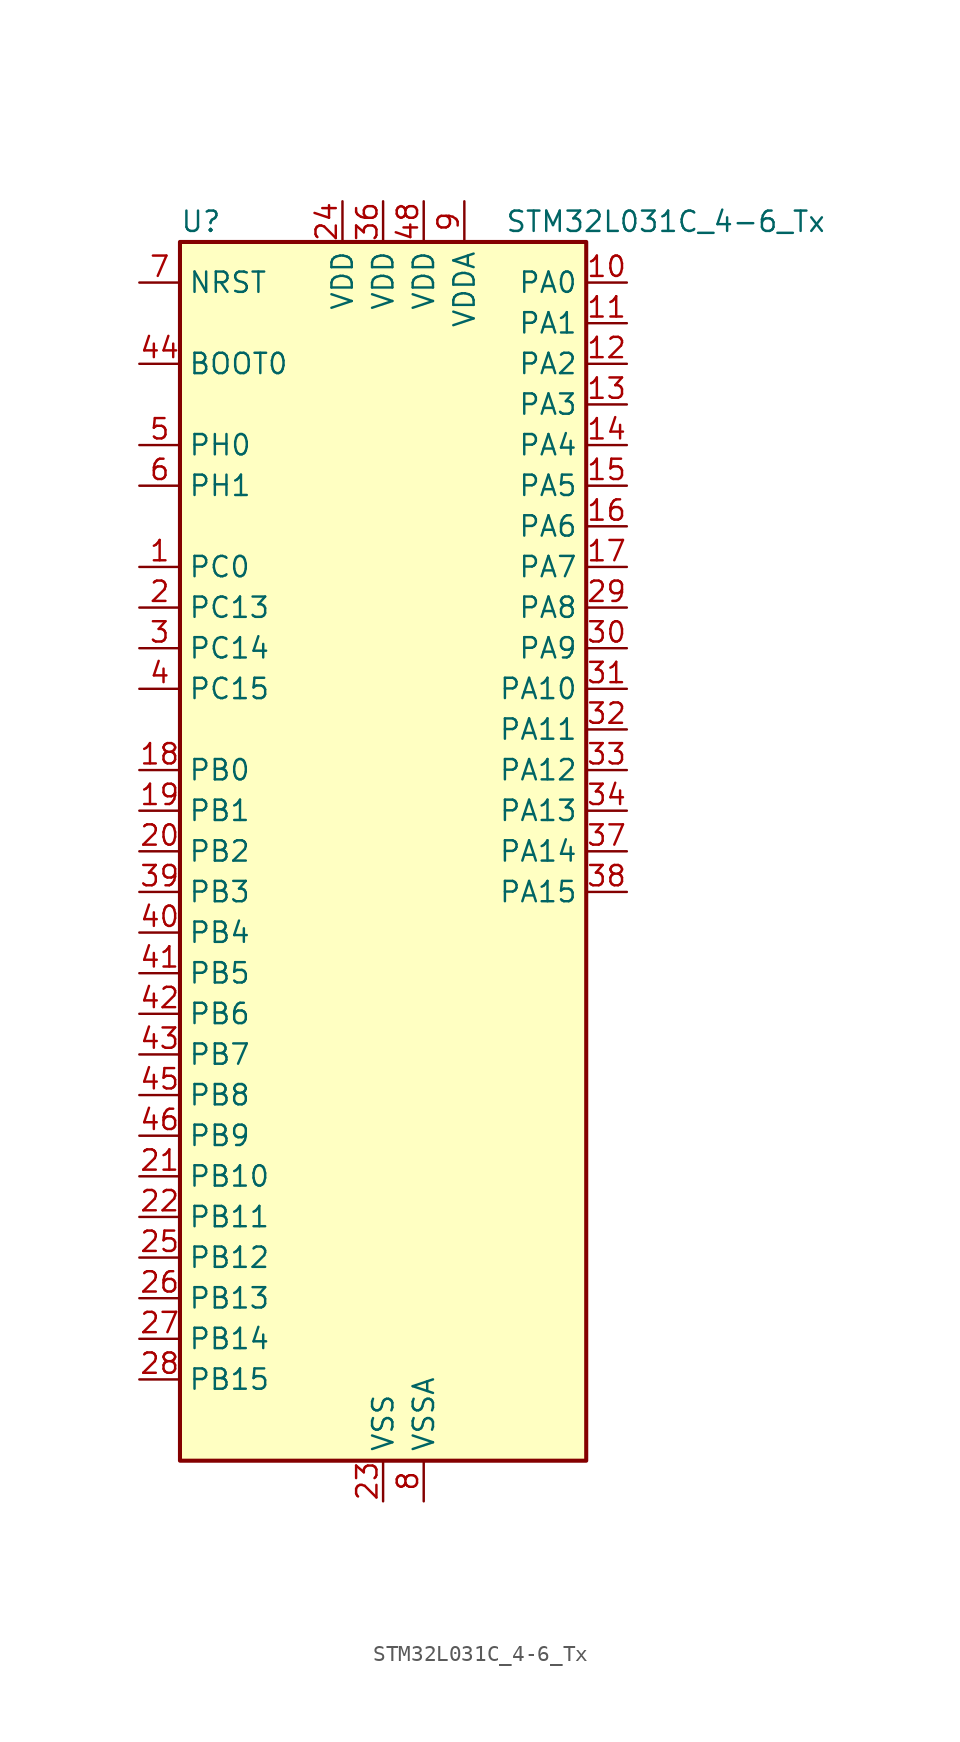
<source format=kicad_sym>
(kicad_symbol_lib
  (version 20231120)
  (generator "kicad_symbol_editor")
  (generator_version "8.0")
  (symbol "STM32L031C_4-6_Tx"
    (property "Reference" "U"
      (at -12.7 39.37 0)
      (effects (font (size 1.27 1.27)) (justify left)))
    (property "Value" "STM32L031C_4-6_Tx"
      (at 7.62 39.37 0)
      (effects (font (size 1.27 1.27)) (justify left)))
    (property "ki_locked" ""
      (at 0 0 0)
      (effects (font (size 1.27 1.27))))
    (symbol "STM32L031C_4-6_Tx_0_1"
      (rectangle (start -12.7 -38.1) (end 12.7 38.1) (stroke (width 0.254) (type default)) (fill (type background))))
    (symbol "STM32L031C_4-6_Tx_1_1"
      (pin bidirectional line (at -15.24 17.78 0) (length 2.54) (name "PC0" (effects (font (size 1.27 1.27)))) (number "1" (effects (font (size 1.27 1.27)))) (alternate "LPTIM1_IN1" bidirectional line) (alternate "LPUART1_RX" bidirectional line))
      (pin bidirectional line (at 15.24 35.56 180) (length 2.54) (name "PA0" (effects (font (size 1.27 1.27)))) (number "10" (effects (font (size 1.27 1.27)))) (alternate "ADC_IN0" bidirectional line) (alternate "COMP1_INM" bidirectional line) (alternate "COMP1_OUT" bidirectional line) (alternate "LPTIM1_IN1" bidirectional line) (alternate "RTC_TAMP2" bidirectional line) (alternate "SYS_WKUP1" bidirectional line) (alternate "TIM2_CH1" bidirectional line) (alternate "TIM2_ETR" bidirectional line) (alternate "USART2_CTS" bidirectional line))
      (pin bidirectional line (at 15.24 33.02 180) (length 2.54) (name "PA1" (effects (font (size 1.27 1.27)))) (number "11" (effects (font (size 1.27 1.27)))) (alternate "ADC_IN1" bidirectional line) (alternate "COMP1_INP" bidirectional line) (alternate "I2C1_SMBA" bidirectional line) (alternate "LPTIM1_IN2" bidirectional line) (alternate "TIM21_ETR" bidirectional line) (alternate "TIM2_CH2" bidirectional line) (alternate "USART2_DE" bidirectional line) (alternate "USART2_RTS" bidirectional line))
      (pin bidirectional line (at 15.24 30.48 180) (length 2.54) (name "PA2" (effects (font (size 1.27 1.27)))) (number "12" (effects (font (size 1.27 1.27)))) (alternate "ADC_IN2" bidirectional line) (alternate "COMP2_INM" bidirectional line) (alternate "COMP2_OUT" bidirectional line) (alternate "LPUART1_TX" bidirectional line) (alternate "RTC_OUT_ALARM" bidirectional line) (alternate "RTC_OUT_CALIB" bidirectional line) (alternate "RTC_TAMP3" bidirectional line) (alternate "RTC_TS" bidirectional line) (alternate "SYS_WKUP3" bidirectional line) (alternate "TIM21_CH1" bidirectional line) (alternate "TIM2_CH3" bidirectional line) (alternate "USART2_TX" bidirectional line))
      (pin bidirectional line (at 15.24 27.94 180) (length 2.54) (name "PA3" (effects (font (size 1.27 1.27)))) (number "13" (effects (font (size 1.27 1.27)))) (alternate "ADC_IN3" bidirectional line) (alternate "COMP2_INP" bidirectional line) (alternate "LPUART1_RX" bidirectional line) (alternate "TIM21_CH2" bidirectional line) (alternate "TIM2_CH4" bidirectional line) (alternate "USART2_RX" bidirectional line))
      (pin bidirectional line (at 15.24 25.4 180) (length 2.54) (name "PA4" (effects (font (size 1.27 1.27)))) (number "14" (effects (font (size 1.27 1.27)))) (alternate "ADC_IN4" bidirectional line) (alternate "COMP1_INM" bidirectional line) (alternate "COMP2_INM" bidirectional line) (alternate "LPTIM1_IN1" bidirectional line) (alternate "SPI1_NSS" bidirectional line) (alternate "TIM22_ETR" bidirectional line) (alternate "USART2_CK" bidirectional line))
      (pin bidirectional line (at 15.24 22.86 180) (length 2.54) (name "PA5" (effects (font (size 1.27 1.27)))) (number "15" (effects (font (size 1.27 1.27)))) (alternate "ADC_IN5" bidirectional line) (alternate "COMP1_INM" bidirectional line) (alternate "COMP2_INM" bidirectional line) (alternate "LPTIM1_IN2" bidirectional line) (alternate "SPI1_SCK" bidirectional line) (alternate "TIM2_CH1" bidirectional line) (alternate "TIM2_ETR" bidirectional line))
      (pin bidirectional line (at 15.24 20.32 180) (length 2.54) (name "PA6" (effects (font (size 1.27 1.27)))) (number "16" (effects (font (size 1.27 1.27)))) (alternate "ADC_IN6" bidirectional line) (alternate "COMP1_OUT" bidirectional line) (alternate "LPTIM1_ETR" bidirectional line) (alternate "LPUART1_CTS" bidirectional line) (alternate "SPI1_MISO" bidirectional line) (alternate "TIM22_CH1" bidirectional line))
      (pin bidirectional line (at 15.24 17.78 180) (length 2.54) (name "PA7" (effects (font (size 1.27 1.27)))) (number "17" (effects (font (size 1.27 1.27)))) (alternate "ADC_IN7" bidirectional line) (alternate "COMP2_OUT" bidirectional line) (alternate "LPTIM1_OUT" bidirectional line) (alternate "SPI1_MOSI" bidirectional line) (alternate "TIM22_CH2" bidirectional line) (alternate "USART2_CTS" bidirectional line))
      (pin bidirectional line (at -15.24 5.08 0) (length 2.54) (name "PB0" (effects (font (size 1.27 1.27)))) (number "18" (effects (font (size 1.27 1.27)))) (alternate "ADC_IN8" bidirectional line) (alternate "SPI1_MISO" bidirectional line) (alternate "SYS_VREF_OUT_PB0" bidirectional line) (alternate "TIM2_CH3" bidirectional line) (alternate "USART2_DE" bidirectional line) (alternate "USART2_RTS" bidirectional line))
      (pin bidirectional line (at -15.24 2.54 0) (length 2.54) (name "PB1" (effects (font (size 1.27 1.27)))) (number "19" (effects (font (size 1.27 1.27)))) (alternate "ADC_IN9" bidirectional line) (alternate "LPUART1_DE" bidirectional line) (alternate "LPUART1_RTS" bidirectional line) (alternate "SPI1_MOSI" bidirectional line) (alternate "SYS_VREF_OUT_PB1" bidirectional line) (alternate "TIM2_CH4" bidirectional line) (alternate "USART2_CK" bidirectional line))
      (pin bidirectional line (at -15.24 15.24 0) (length 2.54) (name "PC13" (effects (font (size 1.27 1.27)))) (number "2" (effects (font (size 1.27 1.27)))) (alternate "RTC_TAMP1" bidirectional line) (alternate "SYS_WKUP2" bidirectional line))
      (pin bidirectional line (at -15.24 0 0) (length 2.54) (name "PB2" (effects (font (size 1.27 1.27)))) (number "20" (effects (font (size 1.27 1.27)))) (alternate "LPTIM1_OUT" bidirectional line))
      (pin bidirectional line (at -15.24 -20.32 0) (length 2.54) (name "PB10" (effects (font (size 1.27 1.27)))) (number "21" (effects (font (size 1.27 1.27)))) (alternate "LPUART1_TX" bidirectional line) (alternate "TIM2_CH3" bidirectional line))
      (pin bidirectional line (at -15.24 -22.86 0) (length 2.54) (name "PB11" (effects (font (size 1.27 1.27)))) (number "22" (effects (font (size 1.27 1.27)))) (alternate "ADC_EXTI11" bidirectional line) (alternate "LPUART1_RX" bidirectional line) (alternate "TIM2_CH4" bidirectional line))
      (pin power_in line (at 0 -40.64 90) (length 2.54) (name "VSS" (effects (font (size 1.27 1.27)))) (number "23" (effects (font (size 1.27 1.27)))))
      (pin power_in line (at -2.54 40.64 270) (length 2.54) (name "VDD" (effects (font (size 1.27 1.27)))) (number "24" (effects (font (size 1.27 1.27)))))
      (pin bidirectional line (at -15.24 -25.4 0) (length 2.54) (name "PB12" (effects (font (size 1.27 1.27)))) (number "25" (effects (font (size 1.27 1.27)))) (alternate "SPI1_NSS" bidirectional line))
      (pin bidirectional line (at -15.24 -27.94 0) (length 2.54) (name "PB13" (effects (font (size 1.27 1.27)))) (number "26" (effects (font (size 1.27 1.27)))) (alternate "LPUART1_CTS" bidirectional line) (alternate "RCC_MCO" bidirectional line) (alternate "SPI1_SCK" bidirectional line) (alternate "TIM21_CH1" bidirectional line))
      (pin bidirectional line (at -15.24 -30.48 0) (length 2.54) (name "PB14" (effects (font (size 1.27 1.27)))) (number "27" (effects (font (size 1.27 1.27)))) (alternate "LPUART1_DE" bidirectional line) (alternate "LPUART1_RTS" bidirectional line) (alternate "RTC_OUT_ALARM" bidirectional line) (alternate "RTC_OUT_CALIB" bidirectional line) (alternate "SPI1_MISO" bidirectional line) (alternate "TIM21_CH2" bidirectional line))
      (pin bidirectional line (at -15.24 -33.02 0) (length 2.54) (name "PB15" (effects (font (size 1.27 1.27)))) (number "28" (effects (font (size 1.27 1.27)))) (alternate "RTC_REFIN" bidirectional line) (alternate "SPI1_MOSI" bidirectional line))
      (pin bidirectional line (at 15.24 15.24 180) (length 2.54) (name "PA8" (effects (font (size 1.27 1.27)))) (number "29" (effects (font (size 1.27 1.27)))) (alternate "LPTIM1_IN1" bidirectional line) (alternate "RCC_MCO" bidirectional line) (alternate "TIM2_CH1" bidirectional line) (alternate "USART2_CK" bidirectional line))
      (pin bidirectional line (at -15.24 12.7 0) (length 2.54) (name "PC14" (effects (font (size 1.27 1.27)))) (number "3" (effects (font (size 1.27 1.27)))) (alternate "RCC_OSC32_IN" bidirectional line))
      (pin bidirectional line (at 15.24 12.7 180) (length 2.54) (name "PA9" (effects (font (size 1.27 1.27)))) (number "30" (effects (font (size 1.27 1.27)))) (alternate "I2C1_SCL" bidirectional line) (alternate "RCC_MCO" bidirectional line) (alternate "TIM22_CH1" bidirectional line) (alternate "USART2_TX" bidirectional line))
      (pin bidirectional line (at 15.24 10.16 180) (length 2.54) (name "PA10" (effects (font (size 1.27 1.27)))) (number "31" (effects (font (size 1.27 1.27)))) (alternate "I2C1_SDA" bidirectional line) (alternate "TIM22_CH2" bidirectional line) (alternate "USART2_RX" bidirectional line))
      (pin bidirectional line (at 15.24 7.62 180) (length 2.54) (name "PA11" (effects (font (size 1.27 1.27)))) (number "32" (effects (font (size 1.27 1.27)))) (alternate "ADC_EXTI11" bidirectional line) (alternate "COMP1_OUT" bidirectional line) (alternate "SPI1_MISO" bidirectional line) (alternate "TIM21_CH2" bidirectional line) (alternate "USART2_CTS" bidirectional line))
      (pin bidirectional line (at 15.24 5.08 180) (length 2.54) (name "PA12" (effects (font (size 1.27 1.27)))) (number "33" (effects (font (size 1.27 1.27)))) (alternate "COMP2_OUT" bidirectional line) (alternate "SPI1_MOSI" bidirectional line) (alternate "USART2_DE" bidirectional line) (alternate "USART2_RTS" bidirectional line))
      (pin bidirectional line (at 15.24 2.54 180) (length 2.54) (name "PA13" (effects (font (size 1.27 1.27)))) (number "34" (effects (font (size 1.27 1.27)))) (alternate "LPTIM1_ETR" bidirectional line) (alternate "LPUART1_RX" bidirectional line) (alternate "SYS_SWDIO" bidirectional line))
      (pin passive line (at 0 -40.64 90) (length 2.54) hide (name "VSS" (effects (font (size 1.27 1.27)))) (number "35" (effects (font (size 1.27 1.27)))))
      (pin power_in line (at 0 40.64 270) (length 2.54) (name "VDD" (effects (font (size 1.27 1.27)))) (number "36" (effects (font (size 1.27 1.27)))))
      (pin bidirectional line (at 15.24 0 180) (length 2.54) (name "PA14" (effects (font (size 1.27 1.27)))) (number "37" (effects (font (size 1.27 1.27)))) (alternate "I2C1_SMBA" bidirectional line) (alternate "LPTIM1_OUT" bidirectional line) (alternate "LPUART1_TX" bidirectional line) (alternate "SYS_SWCLK" bidirectional line) (alternate "USART2_TX" bidirectional line))
      (pin bidirectional line (at 15.24 -2.54 180) (length 2.54) (name "PA15" (effects (font (size 1.27 1.27)))) (number "38" (effects (font (size 1.27 1.27)))) (alternate "SPI1_NSS" bidirectional line) (alternate "TIM2_CH1" bidirectional line) (alternate "TIM2_ETR" bidirectional line) (alternate "USART2_RX" bidirectional line))
      (pin bidirectional line (at -15.24 -2.54 0) (length 2.54) (name "PB3" (effects (font (size 1.27 1.27)))) (number "39" (effects (font (size 1.27 1.27)))) (alternate "COMP2_INM" bidirectional line) (alternate "SPI1_SCK" bidirectional line) (alternate "TIM2_CH2" bidirectional line))
      (pin bidirectional line (at -15.24 10.16 0) (length 2.54) (name "PC15" (effects (font (size 1.27 1.27)))) (number "4" (effects (font (size 1.27 1.27)))) (alternate "RCC_OSC32_OUT" bidirectional line))
      (pin bidirectional line (at -15.24 -5.08 0) (length 2.54) (name "PB4" (effects (font (size 1.27 1.27)))) (number "40" (effects (font (size 1.27 1.27)))) (alternate "COMP2_INP" bidirectional line) (alternate "SPI1_MISO" bidirectional line) (alternate "TIM22_CH1" bidirectional line))
      (pin bidirectional line (at -15.24 -7.62 0) (length 2.54) (name "PB5" (effects (font (size 1.27 1.27)))) (number "41" (effects (font (size 1.27 1.27)))) (alternate "COMP2_INP" bidirectional line) (alternate "I2C1_SMBA" bidirectional line) (alternate "LPTIM1_IN1" bidirectional line) (alternate "SPI1_MOSI" bidirectional line) (alternate "TIM22_CH2" bidirectional line))
      (pin bidirectional line (at -15.24 -10.16 0) (length 2.54) (name "PB6" (effects (font (size 1.27 1.27)))) (number "42" (effects (font (size 1.27 1.27)))) (alternate "COMP2_INP" bidirectional line) (alternate "I2C1_SCL" bidirectional line) (alternate "LPTIM1_ETR" bidirectional line) (alternate "TIM21_CH1" bidirectional line) (alternate "USART2_TX" bidirectional line))
      (pin bidirectional line (at -15.24 -12.7 0) (length 2.54) (name "PB7" (effects (font (size 1.27 1.27)))) (number "43" (effects (font (size 1.27 1.27)))) (alternate "COMP2_INP" bidirectional line) (alternate "I2C1_SDA" bidirectional line) (alternate "LPTIM1_IN2" bidirectional line) (alternate "SYS_PVD_IN" bidirectional line) (alternate "USART2_RX" bidirectional line))
      (pin input line (at -15.24 30.48 0) (length 2.54) (name "BOOT0" (effects (font (size 1.27 1.27)))) (number "44" (effects (font (size 1.27 1.27)))))
      (pin bidirectional line (at -15.24 -15.24 0) (length 2.54) (name "PB8" (effects (font (size 1.27 1.27)))) (number "45" (effects (font (size 1.27 1.27)))) (alternate "I2C1_SCL" bidirectional line))
      (pin bidirectional line (at -15.24 -17.78 0) (length 2.54) (name "PB9" (effects (font (size 1.27 1.27)))) (number "46" (effects (font (size 1.27 1.27)))) (alternate "I2C1_SDA" bidirectional line))
      (pin passive line (at 0 -40.64 90) (length 2.54) hide (name "VSS" (effects (font (size 1.27 1.27)))) (number "47" (effects (font (size 1.27 1.27)))))
      (pin power_in line (at 2.54 40.64 270) (length 2.54) (name "VDD" (effects (font (size 1.27 1.27)))) (number "48" (effects (font (size 1.27 1.27)))))
      (pin bidirectional line (at -15.24 25.4 0) (length 2.54) (name "PH0" (effects (font (size 1.27 1.27)))) (number "5" (effects (font (size 1.27 1.27)))) (alternate "RCC_OSC_IN" bidirectional line))
      (pin bidirectional line (at -15.24 22.86 0) (length 2.54) (name "PH1" (effects (font (size 1.27 1.27)))) (number "6" (effects (font (size 1.27 1.27)))) (alternate "RCC_OSC_OUT" bidirectional line))
      (pin input line (at -15.24 35.56 0) (length 2.54) (name "NRST" (effects (font (size 1.27 1.27)))) (number "7" (effects (font (size 1.27 1.27)))))
      (pin power_in line (at 2.54 -40.64 90) (length 2.54) (name "VSSA" (effects (font (size 1.27 1.27)))) (number "8" (effects (font (size 1.27 1.27)))))
      (pin power_in line (at 5.08 40.64 270) (length 2.54) (name "VDDA" (effects (font (size 1.27 1.27)))) (number "9" (effects (font (size 1.27 1.27))))))))
</source>
